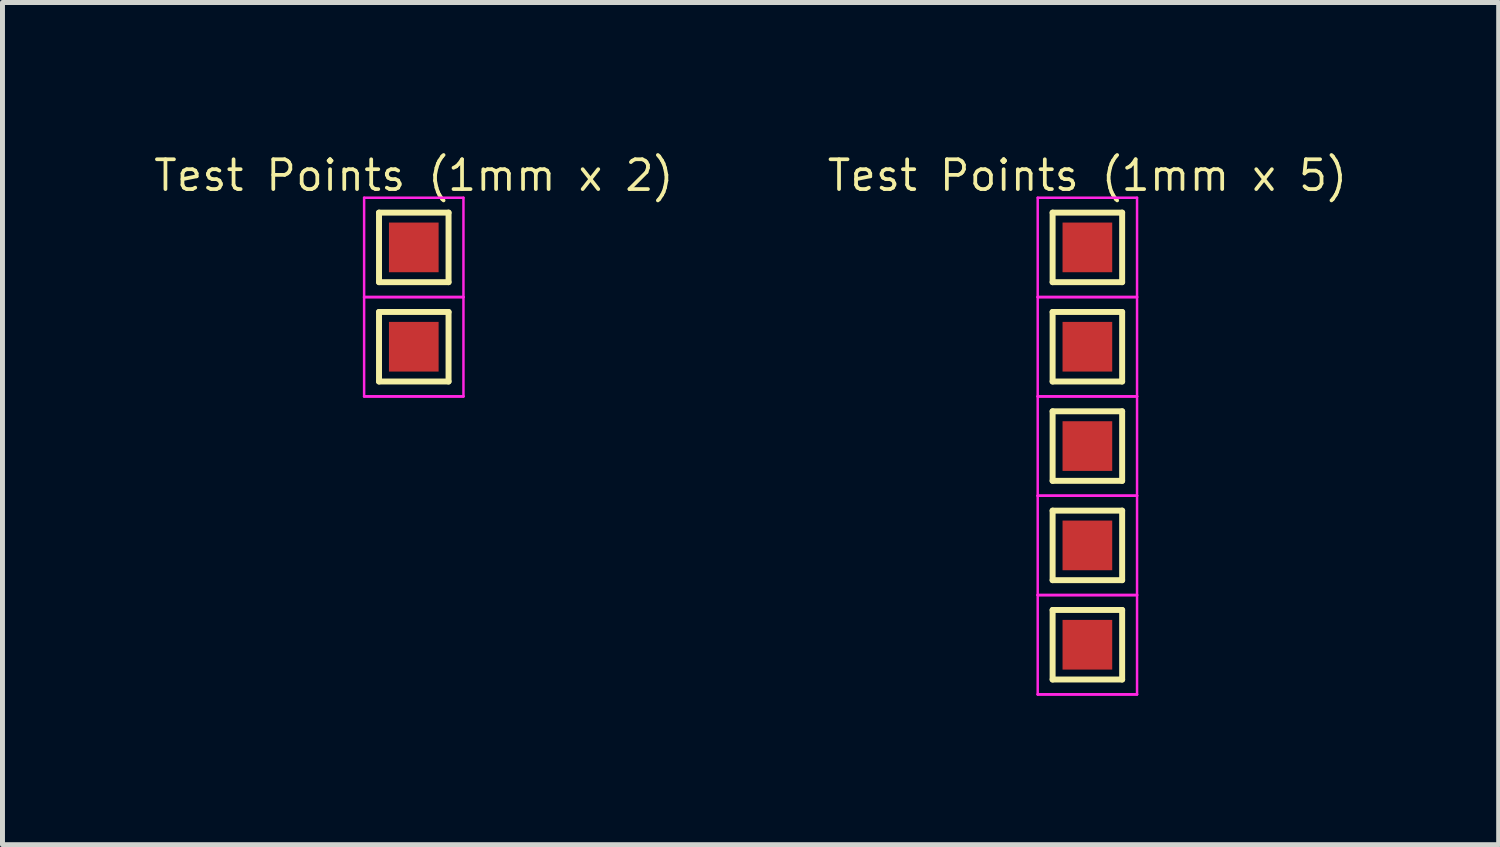
<source format=kicad_pcb>
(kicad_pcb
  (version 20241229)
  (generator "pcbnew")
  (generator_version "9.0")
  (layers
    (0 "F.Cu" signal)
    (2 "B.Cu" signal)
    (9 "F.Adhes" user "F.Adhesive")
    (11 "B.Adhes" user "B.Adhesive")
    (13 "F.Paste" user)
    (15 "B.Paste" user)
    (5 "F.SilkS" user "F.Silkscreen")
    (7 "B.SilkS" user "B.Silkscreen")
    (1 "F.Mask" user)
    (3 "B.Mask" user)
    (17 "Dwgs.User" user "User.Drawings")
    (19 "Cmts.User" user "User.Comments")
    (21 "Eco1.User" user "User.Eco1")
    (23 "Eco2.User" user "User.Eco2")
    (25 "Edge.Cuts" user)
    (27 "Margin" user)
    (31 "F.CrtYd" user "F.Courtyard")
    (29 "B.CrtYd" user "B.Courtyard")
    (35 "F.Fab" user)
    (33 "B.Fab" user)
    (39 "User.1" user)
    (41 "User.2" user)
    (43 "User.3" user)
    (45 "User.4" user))
  (footprint "Test Points (1mm x 5)"
    (layer "F.Cu")
    (at 18.843 1.931)
    (property "Reference" "Test Points (1mm x 5)" (at 0 -1.448 0) (layer "F.SilkS") (effects (font (size 0.6 0.6) (thickness 0.075))))
    (attr exclude_from_pos_files exclude_from_bom)
    (fp_line (start -0.7 -0.7) (end 0.7 -0.7) (stroke (width 0.12) (type solid)) (layer "F.SilkS"))
    (fp_line (start -0.7 0.7) (end -0.7 -0.7) (stroke (width 0.12) (type solid)) (layer "F.SilkS"))
    (fp_line (start -0.7 1.3) (end 0.7 1.3) (stroke (width 0.12) (type solid)) (layer "F.SilkS"))
    (fp_line (start -0.7 2.7) (end -0.7 1.3) (stroke (width 0.12) (type solid)) (layer "F.SilkS"))
    (fp_line (start -0.7 3.3) (end 0.7 3.3) (stroke (width 0.12) (type solid)) (layer "F.SilkS"))
    (fp_line (start -0.7 4.7) (end -0.7 3.3) (stroke (width 0.12) (type solid)) (layer "F.SilkS"))
    (fp_line (start -0.7 5.3) (end 0.7 5.3) (stroke (width 0.12) (type solid)) (layer "F.SilkS"))
    (fp_line (start -0.7 6.7) (end -0.7 5.3) (stroke (width 0.12) (type solid)) (layer "F.SilkS"))
    (fp_line (start -0.7 7.3) (end 0.7 7.3) (stroke (width 0.12) (type solid)) (layer "F.SilkS"))
    (fp_line (start -0.7 8.7) (end -0.7 7.3) (stroke (width 0.12) (type solid)) (layer "F.SilkS"))
    (fp_line (start 0.7 -0.7) (end 0.7 0.7) (stroke (width 0.12) (type solid)) (layer "F.SilkS"))
    (fp_line (start 0.7 0.7) (end -0.7 0.7) (stroke (width 0.12) (type solid)) (layer "F.SilkS"))
    (fp_line (start 0.7 1.3) (end 0.7 2.7) (stroke (width 0.12) (type solid)) (layer "F.SilkS"))
    (fp_line (start 0.7 2.7) (end -0.7 2.7) (stroke (width 0.12) (type solid)) (layer "F.SilkS"))
    (fp_line (start 0.7 3.3) (end 0.7 4.7) (stroke (width 0.12) (type solid)) (layer "F.SilkS"))
    (fp_line (start 0.7 4.7) (end -0.7 4.7) (stroke (width 0.12) (type solid)) (layer "F.SilkS"))
    (fp_line (start 0.7 5.3) (end 0.7 6.7) (stroke (width 0.12) (type solid)) (layer "F.SilkS"))
    (fp_line (start 0.7 6.7) (end -0.7 6.7) (stroke (width 0.12) (type solid)) (layer "F.SilkS"))
    (fp_line (start 0.7 7.3) (end 0.7 8.7) (stroke (width 0.12) (type solid)) (layer "F.SilkS"))
    (fp_line (start 0.7 8.7) (end -0.7 8.7) (stroke (width 0.12) (type solid)) (layer "F.SilkS"))
    (fp_line (start -1 -1) (end -1 1) (stroke (width 0.05) (type solid)) (layer "F.CrtYd"))
    (fp_line (start -1 -1) (end 1 -1) (stroke (width 0.05) (type solid)) (layer "F.CrtYd"))
    (fp_line (start -1 1) (end -1 3) (stroke (width 0.05) (type solid)) (layer "F.CrtYd"))
    (fp_line (start -1 1) (end 1 1) (stroke (width 0.05) (type solid)) (layer "F.CrtYd"))
    (fp_line (start -1 3) (end -1 5) (stroke (width 0.05) (type solid)) (layer "F.CrtYd"))
    (fp_line (start -1 3) (end 1 3) (stroke (width 0.05) (type solid)) (layer "F.CrtYd"))
    (fp_line (start -1 5) (end -1 7) (stroke (width 0.05) (type solid)) (layer "F.CrtYd"))
    (fp_line (start -1 5) (end 1 5) (stroke (width 0.05) (type solid)) (layer "F.CrtYd"))
    (fp_line (start -1 7) (end -1 9) (stroke (width 0.05) (type solid)) (layer "F.CrtYd"))
    (fp_line (start -1 7) (end 1 7) (stroke (width 0.05) (type solid)) (layer "F.CrtYd"))
    (fp_line (start -1 9) (end 1 9) (stroke (width 0.05) (type solid)) (layer "F.CrtYd"))
    (fp_line (start 1 1) (end -1 1) (stroke (width 0.05) (type solid)) (layer "F.CrtYd"))
    (fp_line (start 1 1) (end 1 -1) (stroke (width 0.05) (type solid)) (layer "F.CrtYd"))
    (fp_line (start 1 3) (end -1 3) (stroke (width 0.05) (type solid)) (layer "F.CrtYd"))
    (fp_line (start 1 3) (end 1 1) (stroke (width 0.05) (type solid)) (layer "F.CrtYd"))
    (fp_line (start 1 5) (end -1 5) (stroke (width 0.05) (type solid)) (layer "F.CrtYd"))
    (fp_line (start 1 5) (end 1 3) (stroke (width 0.05) (type solid)) (layer "F.CrtYd"))
    (fp_line (start 1 7) (end -1 7) (stroke (width 0.05) (type solid)) (layer "F.CrtYd"))
    (fp_line (start 1 7) (end 1 5) (stroke (width 0.05) (type solid)) (layer "F.CrtYd"))
    (fp_line (start 1 9) (end -1 9) (stroke (width 0.05) (type solid)) (layer "F.CrtYd"))
    (fp_line (start 1 9) (end 1 7) (stroke (width 0.05) (type solid)) (layer "F.CrtYd"))
    (pad "1" smd rect (at 0 0) (size 1 1) (layers "F.Cu" "F.Mask"))
    (pad "2" smd rect (at 0 2) (size 1 1) (layers "F.Cu" "F.Mask"))
    (pad "3" smd rect (at 0 4) (size 1 1) (layers "F.Cu" "F.Mask"))
    (pad "4" smd rect (at 0 6) (size 1 1) (layers "F.Cu" "F.Mask"))
    (pad "5" smd rect (at 0 8) (size 1 1) (layers "F.Cu" "F.Mask")))
  (footprint "Test Points (1mm x 2)"
    (layer "F.Cu")
    (at 5.281 1.931)
    (property "Reference" "Test Points (1mm x 2)" (at 0 -1.448 0) (layer "F.SilkS") (effects (font (size 0.6 0.6) (thickness 0.075))))
    (attr exclude_from_pos_files exclude_from_bom)
    (fp_line (start -0.7 -0.7) (end 0.7 -0.7) (stroke (width 0.12) (type solid)) (layer "F.SilkS"))
    (fp_line (start -0.7 0.7) (end -0.7 -0.7) (stroke (width 0.12) (type solid)) (layer "F.SilkS"))
    (fp_line (start -0.7 1.3) (end 0.7 1.3) (stroke (width 0.12) (type solid)) (layer "F.SilkS"))
    (fp_line (start -0.7 2.7) (end -0.7 1.3) (stroke (width 0.12) (type solid)) (layer "F.SilkS"))
    (fp_line (start 0.7 -0.7) (end 0.7 0.7) (stroke (width 0.12) (type solid)) (layer "F.SilkS"))
    (fp_line (start 0.7 0.7) (end -0.7 0.7) (stroke (width 0.12) (type solid)) (layer "F.SilkS"))
    (fp_line (start 0.7 1.3) (end 0.7 2.7) (stroke (width 0.12) (type solid)) (layer "F.SilkS"))
    (fp_line (start 0.7 2.7) (end -0.7 2.7) (stroke (width 0.12) (type solid)) (layer "F.SilkS"))
    (fp_line (start -1 -1) (end -1 1) (stroke (width 0.05) (type solid)) (layer "F.CrtYd"))
    (fp_line (start -1 -1) (end 1 -1) (stroke (width 0.05) (type solid)) (layer "F.CrtYd"))
    (fp_line (start -1 1) (end -1 3) (stroke (width 0.05) (type solid)) (layer "F.CrtYd"))
    (fp_line (start -1 1) (end 1 1) (stroke (width 0.05) (type solid)) (layer "F.CrtYd"))
    (fp_line (start -1 3) (end 1 3) (stroke (width 0.05) (type solid)) (layer "F.CrtYd"))
    (fp_line (start 1 1) (end -1 1) (stroke (width 0.05) (type solid)) (layer "F.CrtYd"))
    (fp_line (start 1 1) (end 1 -1) (stroke (width 0.05) (type solid)) (layer "F.CrtYd"))
    (fp_line (start 1 3) (end -1 3) (stroke (width 0.05) (type solid)) (layer "F.CrtYd"))
    (fp_line (start 1 3) (end 1 1) (stroke (width 0.05) (type solid)) (layer "F.CrtYd"))
    (pad "1" smd rect (at 0 0) (size 1 1) (layers "F.Cu" "F.Mask"))
    (pad "2" smd rect (at 0 2) (size 1 1) (layers "F.Cu" "F.Mask")))
  (gr_rect
    (start -3 -3)
    (end 27.124 13.956)
    (stroke (width 0.1) (type default))
    (fill no)
    (layer "Edge.Cuts")))
</source>
